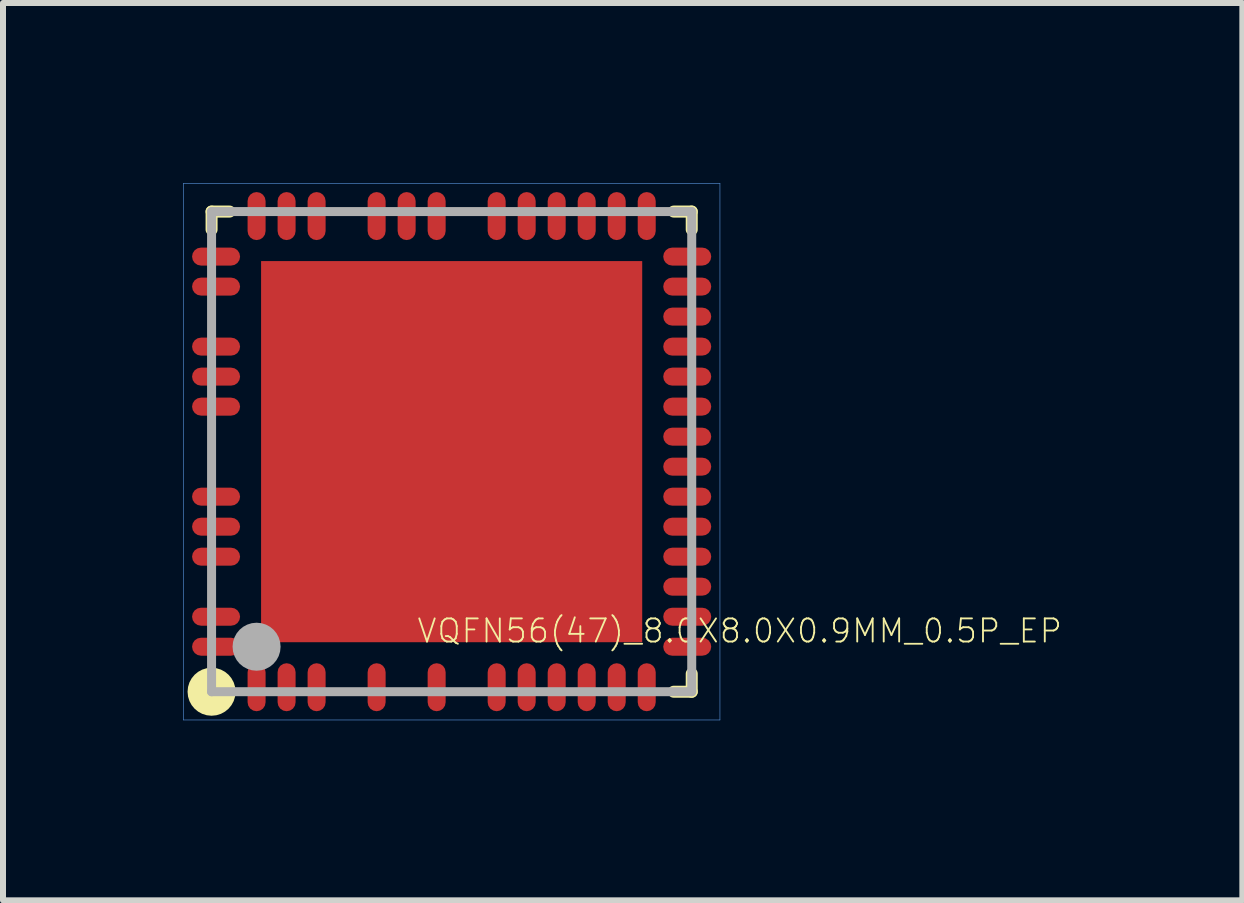
<source format=kicad_pcb>
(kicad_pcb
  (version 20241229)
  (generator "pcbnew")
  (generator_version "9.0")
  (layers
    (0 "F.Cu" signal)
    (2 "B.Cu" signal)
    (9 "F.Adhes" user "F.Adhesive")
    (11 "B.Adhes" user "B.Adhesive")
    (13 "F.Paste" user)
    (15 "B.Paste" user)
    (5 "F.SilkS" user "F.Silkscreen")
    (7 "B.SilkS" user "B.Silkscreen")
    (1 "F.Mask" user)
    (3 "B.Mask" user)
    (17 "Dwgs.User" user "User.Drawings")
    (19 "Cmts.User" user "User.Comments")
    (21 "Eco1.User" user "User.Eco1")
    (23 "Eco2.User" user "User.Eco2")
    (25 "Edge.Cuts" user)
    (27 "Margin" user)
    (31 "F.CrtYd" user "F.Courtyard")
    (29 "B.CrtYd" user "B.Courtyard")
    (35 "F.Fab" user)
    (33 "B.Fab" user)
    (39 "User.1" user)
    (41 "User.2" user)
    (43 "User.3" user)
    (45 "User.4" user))
  (footprint "VQFN56(47)_8.0X8.0X0.9MM_0.5P_EP"
    (layer "F.Cu")
    (at 4.475 4.475)
    (property "Reference" "VQFN56(47)_8.0X8.0X0.9MM_0.5P_EP" (at -0.597 3.213 180) (layer "F.SilkS") (effects (font (size 0.386 0.386) (thickness 0.031)) (justify left bottom)))
    (attr through_hole)
    (fp_line (start -4 -4) (end -3.7 -4) (stroke (width 0.2) (type solid)) (layer "F.SilkS"))
    (fp_line (start -4 -3.7) (end -4 -4) (stroke (width 0.2) (type solid)) (layer "F.SilkS"))
    (fp_line (start 4 -4) (end 3.7 -4) (stroke (width 0.2) (type solid)) (layer "F.SilkS"))
    (fp_line (start 4 -3.7) (end 4 -4) (stroke (width 0.2) (type solid)) (layer "F.SilkS"))
    (fp_line (start 4 3.7) (end 4 4) (stroke (width 0.2) (type solid)) (layer "F.SilkS"))
    (fp_line (start 4 4) (end 3.7 4) (stroke (width 0.2) (type solid)) (layer "F.SilkS"))
    (fp_circle (center -4 4) (end -3.8 4) (stroke (width 0.4) (type solid)) (fill no) (layer "F.SilkS"))
    (fp_poly (pts (xy -0.3 -0.3) (xy -2.3 -0.3) (xy -2.3 -2.3) (xy -0.3 -2.3)) (stroke (width 0) (type solid)) (fill yes) (layer "F.Paste"))
    (fp_poly (pts (xy -0.3 0.3) (xy -2.3 0.3) (xy -2.3 2.3) (xy -0.3 2.3)) (stroke (width 0) (type solid)) (fill yes) (layer "F.Paste"))
    (fp_poly (pts (xy 0.3 -0.3) (xy 2.3 -0.3) (xy 2.3 -2.3) (xy 0.3 -2.3)) (stroke (width 0) (type solid)) (fill yes) (layer "F.Paste"))
    (fp_poly (pts (xy 0.3 0.3) (xy 0.3 2.3) (xy 2.3 2.3) (xy 2.3 0.3)) (stroke (width 0) (type solid)) (fill yes) (layer "F.Paste"))
    (fp_line (start -4.47 -4.47) (end 4.47 -4.47) (stroke (width 0.01) (type solid)) (layer "Cmts.User"))
    (fp_line (start -4.47 4.47) (end -4.47 -4.47) (stroke (width 0.01) (type solid)) (layer "Cmts.User"))
    (fp_line (start 4.47 -4.47) (end 4.47 4.47) (stroke (width 0.01) (type solid)) (layer "Cmts.User"))
    (fp_line (start 4.47 4.47) (end -4.47 4.47) (stroke (width 0.01) (type solid)) (layer "Cmts.User"))
    (fp_line (start -4 -4) (end -4 4) (stroke (width 0.15) (type solid)) (layer "F.Fab"))
    (fp_line (start -4 4) (end 4 4) (stroke (width 0.15) (type solid)) (layer "F.Fab"))
    (fp_line (start 4 -4) (end -4 -4) (stroke (width 0.15) (type solid)) (layer "F.Fab"))
    (fp_line (start 4 4) (end 4 -4) (stroke (width 0.15) (type solid)) (layer "F.Fab"))
    (fp_circle (center -3.25 3.25) (end -3.05 3.25) (stroke (width 0.4) (type solid)) (fill no) (layer "F.Fab"))
    (pad "1" smd roundrect (at -3.25 3.925) (size 0.3 0.8) (layers "F.Cu" "F.Mask" "F.Paste") (roundrect_rratio 0.5))
    (pad "2" smd roundrect (at -2.75 3.925) (size 0.3 0.8) (layers "F.Cu" "F.Mask" "F.Paste") (roundrect_rratio 0.5))
    (pad "3" smd roundrect (at -2.25 3.925) (size 0.3 0.8) (layers "F.Cu" "F.Mask" "F.Paste") (roundrect_rratio 0.5))
    (pad "4" smd roundrect (at -1.25 3.925) (size 0.3 0.8) (layers "F.Cu" "F.Mask" "F.Paste") (roundrect_rratio 0.5))
    (pad "5" smd roundrect (at -0.25 3.925) (size 0.3 0.8) (layers "F.Cu" "F.Mask" "F.Paste") (roundrect_rratio 0.5))
    (pad "6" smd roundrect (at 0.75 3.925) (size 0.3 0.8) (layers "F.Cu" "F.Mask" "F.Paste") (roundrect_rratio 0.5))
    (pad "7" smd roundrect (at 1.25 3.925) (size 0.3 0.8) (layers "F.Cu" "F.Mask" "F.Paste") (roundrect_rratio 0.5))
    (pad "8" smd roundrect (at 1.75 3.925) (size 0.3 0.8) (layers "F.Cu" "F.Mask" "F.Paste") (roundrect_rratio 0.5))
    (pad "9" smd roundrect (at 2.25 3.925) (size 0.3 0.8) (layers "F.Cu" "F.Mask" "F.Paste") (roundrect_rratio 0.5))
    (pad "10" smd roundrect (at 2.75 3.925) (size 0.3 0.8) (layers "F.Cu" "F.Mask" "F.Paste") (roundrect_rratio 0.5))
    (pad "11" smd roundrect (at 3.25 3.925) (size 0.3 0.8) (layers "F.Cu" "F.Mask" "F.Paste") (roundrect_rratio 0.5))
    (pad "12" smd roundrect (at 3.925 3.25 270) (size 0.3 0.8) (layers "F.Cu" "F.Mask" "F.Paste") (roundrect_rratio 0.5))
    (pad "13" smd roundrect (at 3.925 2.75 270) (size 0.3 0.8) (layers "F.Cu" "F.Mask" "F.Paste") (roundrect_rratio 0.5))
    (pad "14" smd roundrect (at 3.925 2.25 270) (size 0.3 0.8) (layers "F.Cu" "F.Mask" "F.Paste") (roundrect_rratio 0.5))
    (pad "15" smd roundrect (at 3.925 1.75 270) (size 0.3 0.8) (layers "F.Cu" "F.Mask" "F.Paste") (roundrect_rratio 0.5))
    (pad "16" smd roundrect (at 3.925 1.25 270) (size 0.3 0.8) (layers "F.Cu" "F.Mask" "F.Paste") (roundrect_rratio 0.5))
    (pad "17" smd roundrect (at 3.925 0.75 270) (size 0.3 0.8) (layers "F.Cu" "F.Mask" "F.Paste") (roundrect_rratio 0.5))
    (pad "18" smd roundrect (at 3.925 0.25 270) (size 0.3 0.8) (layers "F.Cu" "F.Mask" "F.Paste") (roundrect_rratio 0.5))
    (pad "19" smd roundrect (at 3.925 -0.25 270) (size 0.3 0.8) (layers "F.Cu" "F.Mask" "F.Paste") (roundrect_rratio 0.5))
    (pad "20" smd roundrect (at 3.925 -0.75 270) (size 0.3 0.8) (layers "F.Cu" "F.Mask" "F.Paste") (roundrect_rratio 0.5))
    (pad "21" smd roundrect (at 3.925 -1.25 270) (size 0.3 0.8) (layers "F.Cu" "F.Mask" "F.Paste") (roundrect_rratio 0.5))
    (pad "22" smd roundrect (at 3.925 -1.75 270) (size 0.3 0.8) (layers "F.Cu" "F.Mask" "F.Paste") (roundrect_rratio 0.5))
    (pad "23" smd roundrect (at 3.925 -2.25 270) (size 0.3 0.8) (layers "F.Cu" "F.Mask" "F.Paste") (roundrect_rratio 0.5))
    (pad "24" smd roundrect (at 3.925 -2.75 270) (size 0.3 0.8) (layers "F.Cu" "F.Mask" "F.Paste") (roundrect_rratio 0.5))
    (pad "25" smd roundrect (at 3.925 -3.25 270) (size 0.3 0.8) (layers "F.Cu" "F.Mask" "F.Paste") (roundrect_rratio 0.5))
    (pad "26" smd roundrect (at 3.25 -3.925) (size 0.3 0.8) (layers "F.Cu" "F.Mask" "F.Paste") (roundrect_rratio 0.5))
    (pad "27" smd roundrect (at 2.75 -3.925) (size 0.3 0.8) (layers "F.Cu" "F.Mask" "F.Paste") (roundrect_rratio 0.5))
    (pad "28" smd roundrect (at 2.25 -3.925) (size 0.3 0.8) (layers "F.Cu" "F.Mask" "F.Paste") (roundrect_rratio 0.5))
    (pad "29" smd roundrect (at 1.75 -3.925) (size 0.3 0.8) (layers "F.Cu" "F.Mask" "F.Paste") (roundrect_rratio 0.5))
    (pad "30" smd roundrect (at 1.25 -3.925) (size 0.3 0.8) (layers "F.Cu" "F.Mask" "F.Paste") (roundrect_rratio 0.5))
    (pad "31" smd roundrect (at 0.75 -3.925) (size 0.3 0.8) (layers "F.Cu" "F.Mask" "F.Paste") (roundrect_rratio 0.5))
    (pad "32" smd roundrect (at -0.25 -3.925) (size 0.3 0.8) (layers "F.Cu" "F.Mask" "F.Paste") (roundrect_rratio 0.5))
    (pad "33" smd roundrect (at -0.75 -3.925) (size 0.3 0.8) (layers "F.Cu" "F.Mask" "F.Paste") (roundrect_rratio 0.5))
    (pad "34" smd roundrect (at -1.25 -3.925) (size 0.3 0.8) (layers "F.Cu" "F.Mask" "F.Paste") (roundrect_rratio 0.5))
    (pad "35" smd roundrect (at -2.25 -3.925) (size 0.3 0.8) (layers "F.Cu" "F.Mask" "F.Paste") (roundrect_rratio 0.5))
    (pad "36" smd roundrect (at -2.75 -3.925) (size 0.3 0.8) (layers "F.Cu" "F.Mask" "F.Paste") (roundrect_rratio 0.5))
    (pad "37" smd roundrect (at -3.25 -3.925) (size 0.3 0.8) (layers "F.Cu" "F.Mask" "F.Paste") (roundrect_rratio 0.5))
    (pad "38" smd roundrect (at -3.925 -3.25 270) (size 0.3 0.8) (layers "F.Cu" "F.Mask" "F.Paste") (roundrect_rratio 0.5))
    (pad "39" smd roundrect (at -3.925 -2.75 270) (size 0.3 0.8) (layers "F.Cu" "F.Mask" "F.Paste") (roundrect_rratio 0.5))
    (pad "40" smd roundrect (at -3.925 -1.75 270) (size 0.3 0.8) (layers "F.Cu" "F.Mask" "F.Paste") (roundrect_rratio 0.5))
    (pad "41" smd roundrect (at -3.925 -1.25 270) (size 0.3 0.8) (layers "F.Cu" "F.Mask" "F.Paste") (roundrect_rratio 0.5))
    (pad "42" smd roundrect (at -3.925 -0.75 270) (size 0.3 0.8) (layers "F.Cu" "F.Mask" "F.Paste") (roundrect_rratio 0.5))
    (pad "43" smd roundrect (at -3.925 0.75 270) (size 0.3 0.8) (layers "F.Cu" "F.Mask" "F.Paste") (roundrect_rratio 0.5))
    (pad "44" smd roundrect (at -3.925 1.25 270) (size 0.3 0.8) (layers "F.Cu" "F.Mask" "F.Paste") (roundrect_rratio 0.5))
    (pad "45" smd roundrect (at -3.925 1.75 270) (size 0.3 0.8) (layers "F.Cu" "F.Mask" "F.Paste") (roundrect_rratio 0.5))
    (pad "46" smd roundrect (at -3.925 2.75 270) (size 0.3 0.8) (layers "F.Cu" "F.Mask" "F.Paste") (roundrect_rratio 0.5))
    (pad "47" smd roundrect (at -3.925 3.25 270) (size 0.3 0.8) (layers "F.Cu" "F.Mask" "F.Paste") (roundrect_rratio 0.5))
    (pad "48" smd rect (at 0 0) (size 6.35 6.35) (layers "F.Cu" "F.Mask")))
  (gr_rect
    (start -3 -3)
    (end 17.649 11.95)
    (stroke (width 0.1) (type default))
    (fill no)
    (layer "Edge.Cuts")))
</source>
